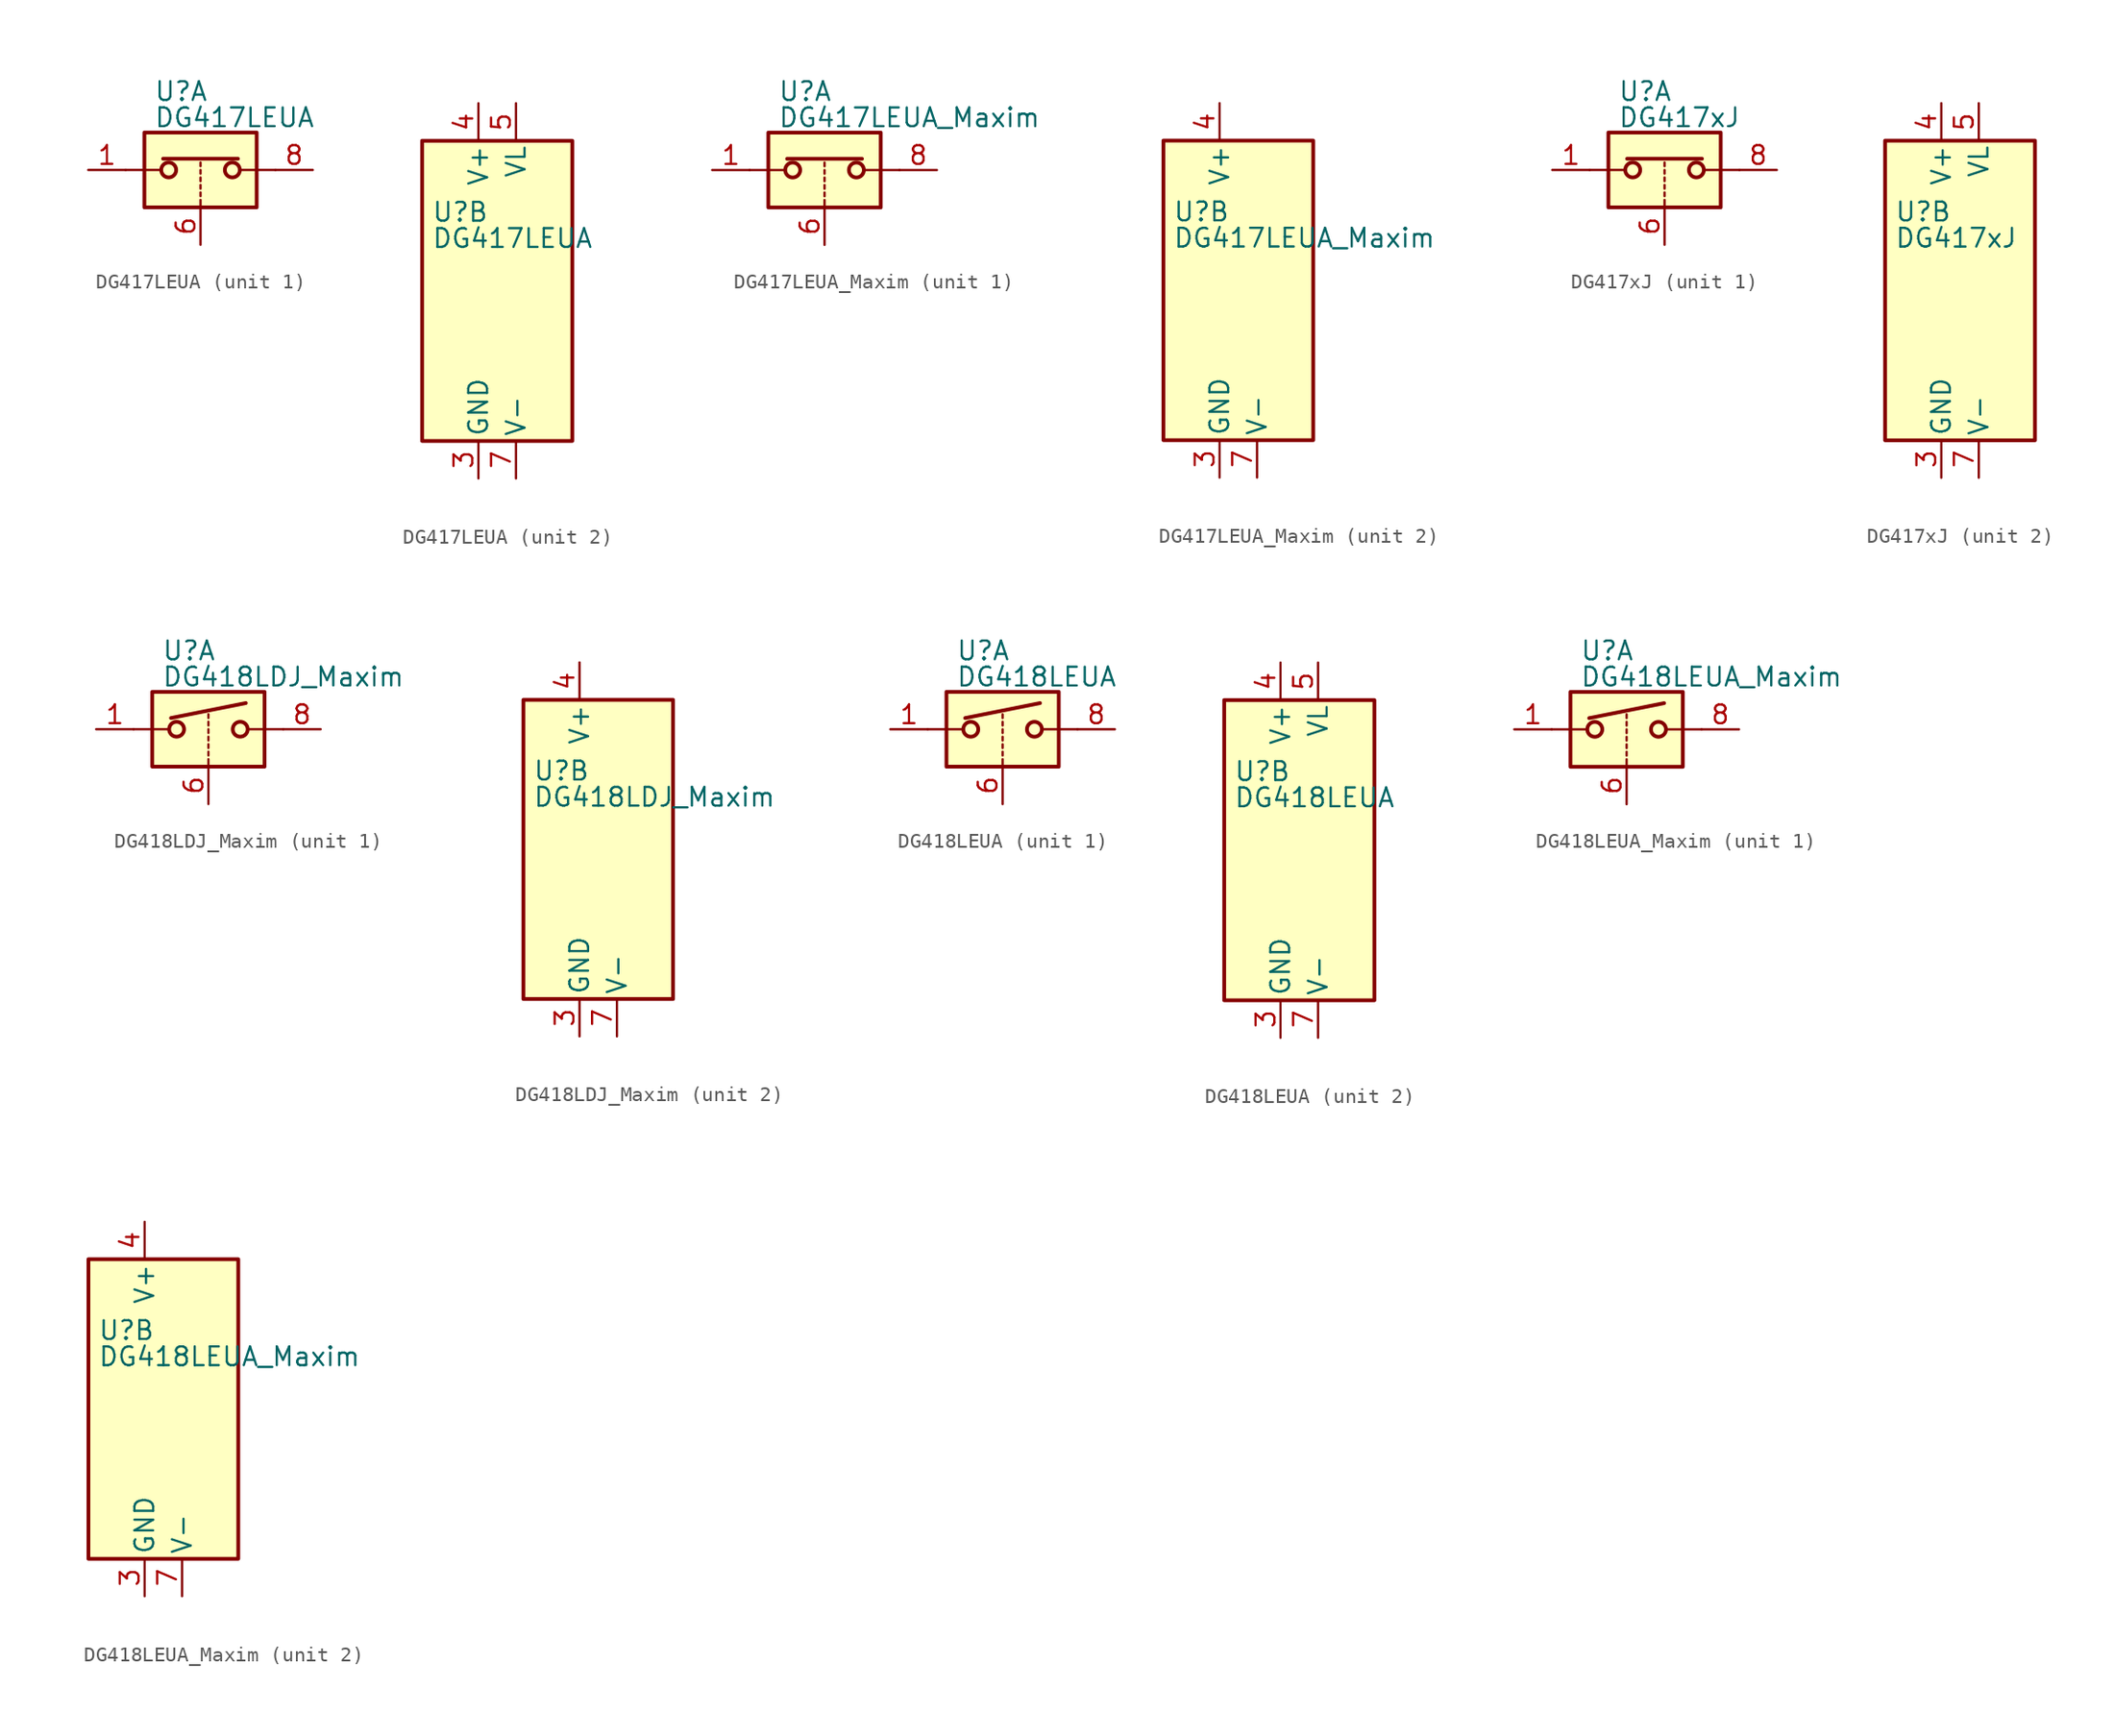
<source format=kicad_sym>
(kicad_symbol_lib
  (version 20201005)
  (generator kicad_symbol_editor)
  (symbol "DG417LEUA"
    (pin_names
      (offset 0.254))
    (property "Reference" "U"
      (at -3.175 5.334 0)
      (effects (font (size 1.27 1.27)) (justify left)))
    (property "Value" "DG417LEUA"
      (at -3.175 3.556 0)
      (effects (font (size 1.27 1.27)) (justify left)))
    (symbol "DG417LEUA_1_1"
      (circle (center -2.159 0) (radius 0.508) (stroke (width 0.254)) (fill (type none)))
      (circle (center 2.159 0) (radius 0.508) (stroke (width 0.254)) (fill (type none)))
      (rectangle (start -3.81 2.54) (end 3.81 -2.54) (stroke (width 0.254)) (fill (type background)))
      (polyline (pts (xy -5.08 0) (xy -2.794 0)) (stroke (width 0)) (fill (type none)))
      (polyline (pts (xy -2.54 0.762) (xy 2.54 0.762)) (stroke (width 0.254)) (fill (type none)))
      (polyline (pts (xy 0 -2.54) (xy 0 -2.032)) (stroke (width 0)) (fill (type none)))
      (polyline (pts (xy 0 -1.778) (xy 0 -1.524)) (stroke (width 0)) (fill (type none)))
      (polyline (pts (xy 0 -1.27) (xy 0 -1.016)) (stroke (width 0)) (fill (type none)))
      (polyline (pts (xy 0 -0.762) (xy 0 -0.508)) (stroke (width 0)) (fill (type none)))
      (polyline (pts (xy 0 -0.254) (xy 0 0)) (stroke (width 0)) (fill (type none)))
      (polyline (pts (xy 0 0.254) (xy 0 0.508)) (stroke (width 0)) (fill (type none)))
      (polyline (pts (xy 5.08 0) (xy 2.794 0)) (stroke (width 0)) (fill (type none)))
      (pin passive line (at -7.62 0 0) (length 2.54) (name "~" (effects (font (size 1.27 1.27)))) (number "1" (effects (font (size 1.27 1.27)))))
      (pin input line (at 0 -5.08 90) (length 2.54) (name "~" (effects (font (size 1.27 1.27)))) (number "6" (effects (font (size 1.27 1.27)))))
      (pin passive line (at 7.62 0 180) (length 2.54) (name "~" (effects (font (size 1.27 1.27)))) (number "8" (effects (font (size 1.27 1.27))))))
    (symbol "DG417LEUA_2_0"
      (pin no_connect line (at -2.54 10.16 270) (length 2.54) hide (name "NC" (effects (font (size 1.27 1.27)))) (number "2" (effects (font (size 1.27 1.27)))))
      (pin power_in line (at 0 -12.7 90) (length 2.54) (name "GND" (effects (font (size 1.27 1.27)))) (number "3" (effects (font (size 1.27 1.27)))))
      (pin power_in line (at 0 12.7 270) (length 2.54) (name "V+" (effects (font (size 1.27 1.27)))) (number "4" (effects (font (size 1.27 1.27)))))
      (pin power_in line (at 2.54 12.7 270) (length 2.54) (name "VL" (effects (font (size 1.27 1.27)))) (number "5" (effects (font (size 1.27 1.27)))))
      (pin power_in line (at 2.54 -12.7 90) (length 2.54) (name "V-" (effects (font (size 1.27 1.27)))) (number "7" (effects (font (size 1.27 1.27))))))
    (symbol "DG417LEUA_2_1"
      (rectangle (start -3.81 10.16) (end 6.35 -10.16) (stroke (width 0.254)) (fill (type background)))))
  (symbol "DG417LEUA_Maxim"
    (pin_names
      (offset 0.254))
    (property "Reference" "U"
      (at -3.175 5.334 0)
      (effects (font (size 1.27 1.27)) (justify left)))
    (property "Value" "DG417LEUA_Maxim"
      (at -3.175 3.556 0)
      (effects (font (size 1.27 1.27)) (justify left)))
    (symbol "DG417LEUA_Maxim_1_1"
      (circle (center -2.159 0) (radius 0.508) (stroke (width 0.254)) (fill (type none)))
      (circle (center 2.159 0) (radius 0.508) (stroke (width 0.254)) (fill (type none)))
      (rectangle (start -3.81 2.54) (end 3.81 -2.54) (stroke (width 0.254)) (fill (type background)))
      (polyline (pts (xy -5.08 0) (xy -2.794 0)) (stroke (width 0)) (fill (type none)))
      (polyline (pts (xy -2.54 0.762) (xy 2.54 0.762)) (stroke (width 0.254)) (fill (type none)))
      (polyline (pts (xy 0 -2.54) (xy 0 -2.032)) (stroke (width 0)) (fill (type none)))
      (polyline (pts (xy 0 -1.778) (xy 0 -1.524)) (stroke (width 0)) (fill (type none)))
      (polyline (pts (xy 0 -1.27) (xy 0 -1.016)) (stroke (width 0)) (fill (type none)))
      (polyline (pts (xy 0 -0.762) (xy 0 -0.508)) (stroke (width 0)) (fill (type none)))
      (polyline (pts (xy 0 -0.254) (xy 0 0)) (stroke (width 0)) (fill (type none)))
      (polyline (pts (xy 0 0.254) (xy 0 0.508)) (stroke (width 0)) (fill (type none)))
      (polyline (pts (xy 5.08 0) (xy 2.794 0)) (stroke (width 0)) (fill (type none)))
      (pin passive line (at -7.62 0 0) (length 2.54) (name "~" (effects (font (size 1.27 1.27)))) (number "1" (effects (font (size 1.27 1.27)))))
      (pin input line (at 0 -5.08 90) (length 2.54) (name "~" (effects (font (size 1.27 1.27)))) (number "6" (effects (font (size 1.27 1.27)))))
      (pin passive line (at 7.62 0 180) (length 2.54) (name "~" (effects (font (size 1.27 1.27)))) (number "8" (effects (font (size 1.27 1.27))))))
    (symbol "DG417LEUA_Maxim_2_0"
      (pin no_connect line (at -2.54 10.16 270) (length 2.54) hide (name "NC" (effects (font (size 1.27 1.27)))) (number "2" (effects (font (size 1.27 1.27)))))
      (pin power_in line (at 0 -12.7 90) (length 2.54) (name "GND" (effects (font (size 1.27 1.27)))) (number "3" (effects (font (size 1.27 1.27)))))
      (pin power_in line (at 0 12.7 270) (length 2.54) (name "V+" (effects (font (size 1.27 1.27)))) (number "4" (effects (font (size 1.27 1.27)))))
      (pin no_connect line (at 2.54 10.16 270) (length 2.54) hide (name "NC" (effects (font (size 1.27 1.27)))) (number "5" (effects (font (size 1.27 1.27)))))
      (pin power_in line (at 2.54 -12.7 90) (length 2.54) (name "V-" (effects (font (size 1.27 1.27)))) (number "7" (effects (font (size 1.27 1.27))))))
    (symbol "DG417LEUA_Maxim_2_1"
      (rectangle (start -3.81 10.16) (end 6.35 -10.16) (stroke (width 0.254)) (fill (type background)))))
  (symbol "DG417xJ"
    (pin_names
      (offset 0.254))
    (property "Reference" "U"
      (at -3.175 5.334 0)
      (effects (font (size 1.27 1.27)) (justify left)))
    (property "Value" "DG417xJ"
      (at -3.175 3.556 0)
      (effects (font (size 1.27 1.27)) (justify left)))
    (symbol "DG417xJ_1_1"
      (circle (center -2.159 0) (radius 0.508) (stroke (width 0.254)) (fill (type none)))
      (circle (center 2.159 0) (radius 0.508) (stroke (width 0.254)) (fill (type none)))
      (rectangle (start -3.81 2.54) (end 3.81 -2.54) (stroke (width 0.254)) (fill (type background)))
      (polyline (pts (xy -5.08 0) (xy -2.794 0)) (stroke (width 0)) (fill (type none)))
      (polyline (pts (xy -2.54 0.762) (xy 2.54 0.762)) (stroke (width 0.254)) (fill (type none)))
      (polyline (pts (xy 0 -2.54) (xy 0 -2.032)) (stroke (width 0)) (fill (type none)))
      (polyline (pts (xy 0 -1.778) (xy 0 -1.524)) (stroke (width 0)) (fill (type none)))
      (polyline (pts (xy 0 -1.27) (xy 0 -1.016)) (stroke (width 0)) (fill (type none)))
      (polyline (pts (xy 0 -0.762) (xy 0 -0.508)) (stroke (width 0)) (fill (type none)))
      (polyline (pts (xy 0 -0.254) (xy 0 0)) (stroke (width 0)) (fill (type none)))
      (polyline (pts (xy 0 0.254) (xy 0 0.508)) (stroke (width 0)) (fill (type none)))
      (polyline (pts (xy 5.08 0) (xy 2.794 0)) (stroke (width 0)) (fill (type none)))
      (pin passive line (at -7.62 0 0) (length 2.54) (name "~" (effects (font (size 1.27 1.27)))) (number "1" (effects (font (size 1.27 1.27)))))
      (pin input line (at 0 -5.08 90) (length 2.54) (name "~" (effects (font (size 1.27 1.27)))) (number "6" (effects (font (size 1.27 1.27)))))
      (pin passive line (at 7.62 0 180) (length 2.54) (name "~" (effects (font (size 1.27 1.27)))) (number "8" (effects (font (size 1.27 1.27))))))
    (symbol "DG417xJ_2_0"
      (pin no_connect line (at -2.54 10.16 270) (length 2.54) hide (name "NC" (effects (font (size 1.27 1.27)))) (number "2" (effects (font (size 1.27 1.27)))))
      (pin power_in line (at 0 -12.7 90) (length 2.54) (name "GND" (effects (font (size 1.27 1.27)))) (number "3" (effects (font (size 1.27 1.27)))))
      (pin power_in line (at 0 12.7 270) (length 2.54) (name "V+" (effects (font (size 1.27 1.27)))) (number "4" (effects (font (size 1.27 1.27)))))
      (pin power_in line (at 2.54 12.7 270) (length 2.54) (name "VL" (effects (font (size 1.27 1.27)))) (number "5" (effects (font (size 1.27 1.27)))))
      (pin power_in line (at 2.54 -12.7 90) (length 2.54) (name "V-" (effects (font (size 1.27 1.27)))) (number "7" (effects (font (size 1.27 1.27))))))
    (symbol "DG417xJ_2_1"
      (rectangle (start -3.81 10.16) (end 6.35 -10.16) (stroke (width 0.254)) (fill (type background)))))
  (symbol "DG418LDJ_Maxim"
    (pin_names
      (offset 0.254))
    (property "Reference" "U"
      (at -3.175 5.334 0)
      (effects (font (size 1.27 1.27)) (justify left)))
    (property "Value" "DG418LDJ_Maxim"
      (at -3.175 3.556 0)
      (effects (font (size 1.27 1.27)) (justify left)))
    (symbol "DG418LDJ_Maxim_1_1"
      (circle (center -2.159 0) (radius 0.508) (stroke (width 0.254)) (fill (type none)))
      (circle (center 2.159 0) (radius 0.508) (stroke (width 0.254)) (fill (type none)))
      (rectangle (start -3.81 2.54) (end 3.81 -2.54) (stroke (width 0.254)) (fill (type background)))
      (polyline (pts (xy -5.08 0) (xy -2.794 0)) (stroke (width 0)) (fill (type none)))
      (polyline (pts (xy -2.54 0.762) (xy 2.54 1.778)) (stroke (width 0.254)) (fill (type none)))
      (polyline (pts (xy 0 -2.54) (xy 0 -2.032)) (stroke (width 0)) (fill (type none)))
      (polyline (pts (xy 0 -1.778) (xy 0 -1.524)) (stroke (width 0)) (fill (type none)))
      (polyline (pts (xy 0 -1.27) (xy 0 -1.016)) (stroke (width 0)) (fill (type none)))
      (polyline (pts (xy 0 -0.762) (xy 0 -0.508)) (stroke (width 0)) (fill (type none)))
      (polyline (pts (xy 0 -0.254) (xy 0 0)) (stroke (width 0)) (fill (type none)))
      (polyline (pts (xy 0 0.254) (xy 0 0.508)) (stroke (width 0)) (fill (type none)))
      (polyline (pts (xy 0 0.762) (xy 0 1.016)) (stroke (width 0)) (fill (type none)))
      (polyline (pts (xy 5.08 0) (xy 2.794 0)) (stroke (width 0)) (fill (type none)))
      (pin passive line (at -7.62 0 0) (length 2.54) (name "~" (effects (font (size 1.27 1.27)))) (number "1" (effects (font (size 1.27 1.27)))))
      (pin input line (at 0 -5.08 90) (length 2.54) (name "~" (effects (font (size 1.27 1.27)))) (number "6" (effects (font (size 1.27 1.27)))))
      (pin passive line (at 7.62 0 180) (length 2.54) (name "~" (effects (font (size 1.27 1.27)))) (number "8" (effects (font (size 1.27 1.27))))))
    (symbol "DG418LDJ_Maxim_2_0"
      (pin no_connect line (at -2.54 10.16 270) (length 2.54) hide (name "NC" (effects (font (size 1.27 1.27)))) (number "2" (effects (font (size 1.27 1.27)))))
      (pin power_in line (at 0 -12.7 90) (length 2.54) (name "GND" (effects (font (size 1.27 1.27)))) (number "3" (effects (font (size 1.27 1.27)))))
      (pin power_in line (at 0 12.7 270) (length 2.54) (name "V+" (effects (font (size 1.27 1.27)))) (number "4" (effects (font (size 1.27 1.27)))))
      (pin no_connect line (at 2.54 10.16 270) (length 2.54) hide (name "NC" (effects (font (size 1.27 1.27)))) (number "5" (effects (font (size 1.27 1.27)))))
      (pin power_in line (at 2.54 -12.7 90) (length 2.54) (name "V-" (effects (font (size 1.27 1.27)))) (number "7" (effects (font (size 1.27 1.27))))))
    (symbol "DG418LDJ_Maxim_2_1"
      (rectangle (start -3.81 10.16) (end 6.35 -10.16) (stroke (width 0.254)) (fill (type background)))))
  (symbol "DG418LEUA"
    (pin_names
      (offset 0.254))
    (property "Reference" "U"
      (at -3.175 5.334 0)
      (effects (font (size 1.27 1.27)) (justify left)))
    (property "Value" "DG418LEUA"
      (at -3.175 3.556 0)
      (effects (font (size 1.27 1.27)) (justify left)))
    (symbol "DG418LEUA_1_1"
      (circle (center -2.159 0) (radius 0.508) (stroke (width 0.254)) (fill (type none)))
      (circle (center 2.159 0) (radius 0.508) (stroke (width 0.254)) (fill (type none)))
      (rectangle (start -3.81 2.54) (end 3.81 -2.54) (stroke (width 0.254)) (fill (type background)))
      (polyline (pts (xy -5.08 0) (xy -2.794 0)) (stroke (width 0)) (fill (type none)))
      (polyline (pts (xy -2.54 0.762) (xy 2.54 1.778)) (stroke (width 0.254)) (fill (type none)))
      (polyline (pts (xy 0 -2.54) (xy 0 -2.032)) (stroke (width 0)) (fill (type none)))
      (polyline (pts (xy 0 -1.778) (xy 0 -1.524)) (stroke (width 0)) (fill (type none)))
      (polyline (pts (xy 0 -1.27) (xy 0 -1.016)) (stroke (width 0)) (fill (type none)))
      (polyline (pts (xy 0 -0.762) (xy 0 -0.508)) (stroke (width 0)) (fill (type none)))
      (polyline (pts (xy 0 -0.254) (xy 0 0)) (stroke (width 0)) (fill (type none)))
      (polyline (pts (xy 0 0.254) (xy 0 0.508)) (stroke (width 0)) (fill (type none)))
      (polyline (pts (xy 0 0.762) (xy 0 1.016)) (stroke (width 0)) (fill (type none)))
      (polyline (pts (xy 5.08 0) (xy 2.794 0)) (stroke (width 0)) (fill (type none)))
      (pin passive line (at -7.62 0 0) (length 2.54) (name "~" (effects (font (size 1.27 1.27)))) (number "1" (effects (font (size 1.27 1.27)))))
      (pin input line (at 0 -5.08 90) (length 2.54) (name "~" (effects (font (size 1.27 1.27)))) (number "6" (effects (font (size 1.27 1.27)))))
      (pin passive line (at 7.62 0 180) (length 2.54) (name "~" (effects (font (size 1.27 1.27)))) (number "8" (effects (font (size 1.27 1.27))))))
    (symbol "DG418LEUA_2_0"
      (pin no_connect line (at -2.54 10.16 270) (length 2.54) hide (name "NC" (effects (font (size 1.27 1.27)))) (number "2" (effects (font (size 1.27 1.27)))))
      (pin power_in line (at 0 -12.7 90) (length 2.54) (name "GND" (effects (font (size 1.27 1.27)))) (number "3" (effects (font (size 1.27 1.27)))))
      (pin power_in line (at 0 12.7 270) (length 2.54) (name "V+" (effects (font (size 1.27 1.27)))) (number "4" (effects (font (size 1.27 1.27)))))
      (pin power_in line (at 2.54 12.7 270) (length 2.54) (name "VL" (effects (font (size 1.27 1.27)))) (number "5" (effects (font (size 1.27 1.27)))))
      (pin power_in line (at 2.54 -12.7 90) (length 2.54) (name "V-" (effects (font (size 1.27 1.27)))) (number "7" (effects (font (size 1.27 1.27))))))
    (symbol "DG418LEUA_2_1"
      (rectangle (start -3.81 10.16) (end 6.35 -10.16) (stroke (width 0.254)) (fill (type background)))))
  (symbol "DG418LEUA_Maxim"
    (pin_names
      (offset 0.254))
    (property "Reference" "U"
      (at -3.175 5.334 0)
      (effects (font (size 1.27 1.27)) (justify left)))
    (property "Value" "DG418LEUA_Maxim"
      (at -3.175 3.556 0)
      (effects (font (size 1.27 1.27)) (justify left)))
    (symbol "DG418LEUA_Maxim_1_1"
      (circle (center -2.159 0) (radius 0.508) (stroke (width 0.254)) (fill (type none)))
      (circle (center 2.159 0) (radius 0.508) (stroke (width 0.254)) (fill (type none)))
      (rectangle (start -3.81 2.54) (end 3.81 -2.54) (stroke (width 0.254)) (fill (type background)))
      (polyline (pts (xy -5.08 0) (xy -2.794 0)) (stroke (width 0)) (fill (type none)))
      (polyline (pts (xy -2.54 0.762) (xy 2.54 1.778)) (stroke (width 0.254)) (fill (type none)))
      (polyline (pts (xy 0 -2.54) (xy 0 -2.032)) (stroke (width 0)) (fill (type none)))
      (polyline (pts (xy 0 -1.778) (xy 0 -1.524)) (stroke (width 0)) (fill (type none)))
      (polyline (pts (xy 0 -1.27) (xy 0 -1.016)) (stroke (width 0)) (fill (type none)))
      (polyline (pts (xy 0 -0.762) (xy 0 -0.508)) (stroke (width 0)) (fill (type none)))
      (polyline (pts (xy 0 -0.254) (xy 0 0)) (stroke (width 0)) (fill (type none)))
      (polyline (pts (xy 0 0.254) (xy 0 0.508)) (stroke (width 0)) (fill (type none)))
      (polyline (pts (xy 0 0.762) (xy 0 1.016)) (stroke (width 0)) (fill (type none)))
      (polyline (pts (xy 5.08 0) (xy 2.794 0)) (stroke (width 0)) (fill (type none)))
      (pin passive line (at -7.62 0 0) (length 2.54) (name "~" (effects (font (size 1.27 1.27)))) (number "1" (effects (font (size 1.27 1.27)))))
      (pin input line (at 0 -5.08 90) (length 2.54) (name "~" (effects (font (size 1.27 1.27)))) (number "6" (effects (font (size 1.27 1.27)))))
      (pin passive line (at 7.62 0 180) (length 2.54) (name "~" (effects (font (size 1.27 1.27)))) (number "8" (effects (font (size 1.27 1.27))))))
    (symbol "DG418LEUA_Maxim_2_0"
      (pin no_connect line (at -2.54 10.16 270) (length 2.54) hide (name "NC" (effects (font (size 1.27 1.27)))) (number "2" (effects (font (size 1.27 1.27)))))
      (pin power_in line (at 0 -12.7 90) (length 2.54) (name "GND" (effects (font (size 1.27 1.27)))) (number "3" (effects (font (size 1.27 1.27)))))
      (pin power_in line (at 0 12.7 270) (length 2.54) (name "V+" (effects (font (size 1.27 1.27)))) (number "4" (effects (font (size 1.27 1.27)))))
      (pin no_connect line (at 2.54 10.16 270) (length 2.54) hide (name "NC" (effects (font (size 1.27 1.27)))) (number "5" (effects (font (size 1.27 1.27)))))
      (pin power_in line (at 2.54 -12.7 90) (length 2.54) (name "V-" (effects (font (size 1.27 1.27)))) (number "7" (effects (font (size 1.27 1.27))))))
    (symbol "DG418LEUA_Maxim_2_1"
      (rectangle (start -3.81 10.16) (end 6.35 -10.16) (stroke (width 0.254)) (fill (type background))))))
</source>
